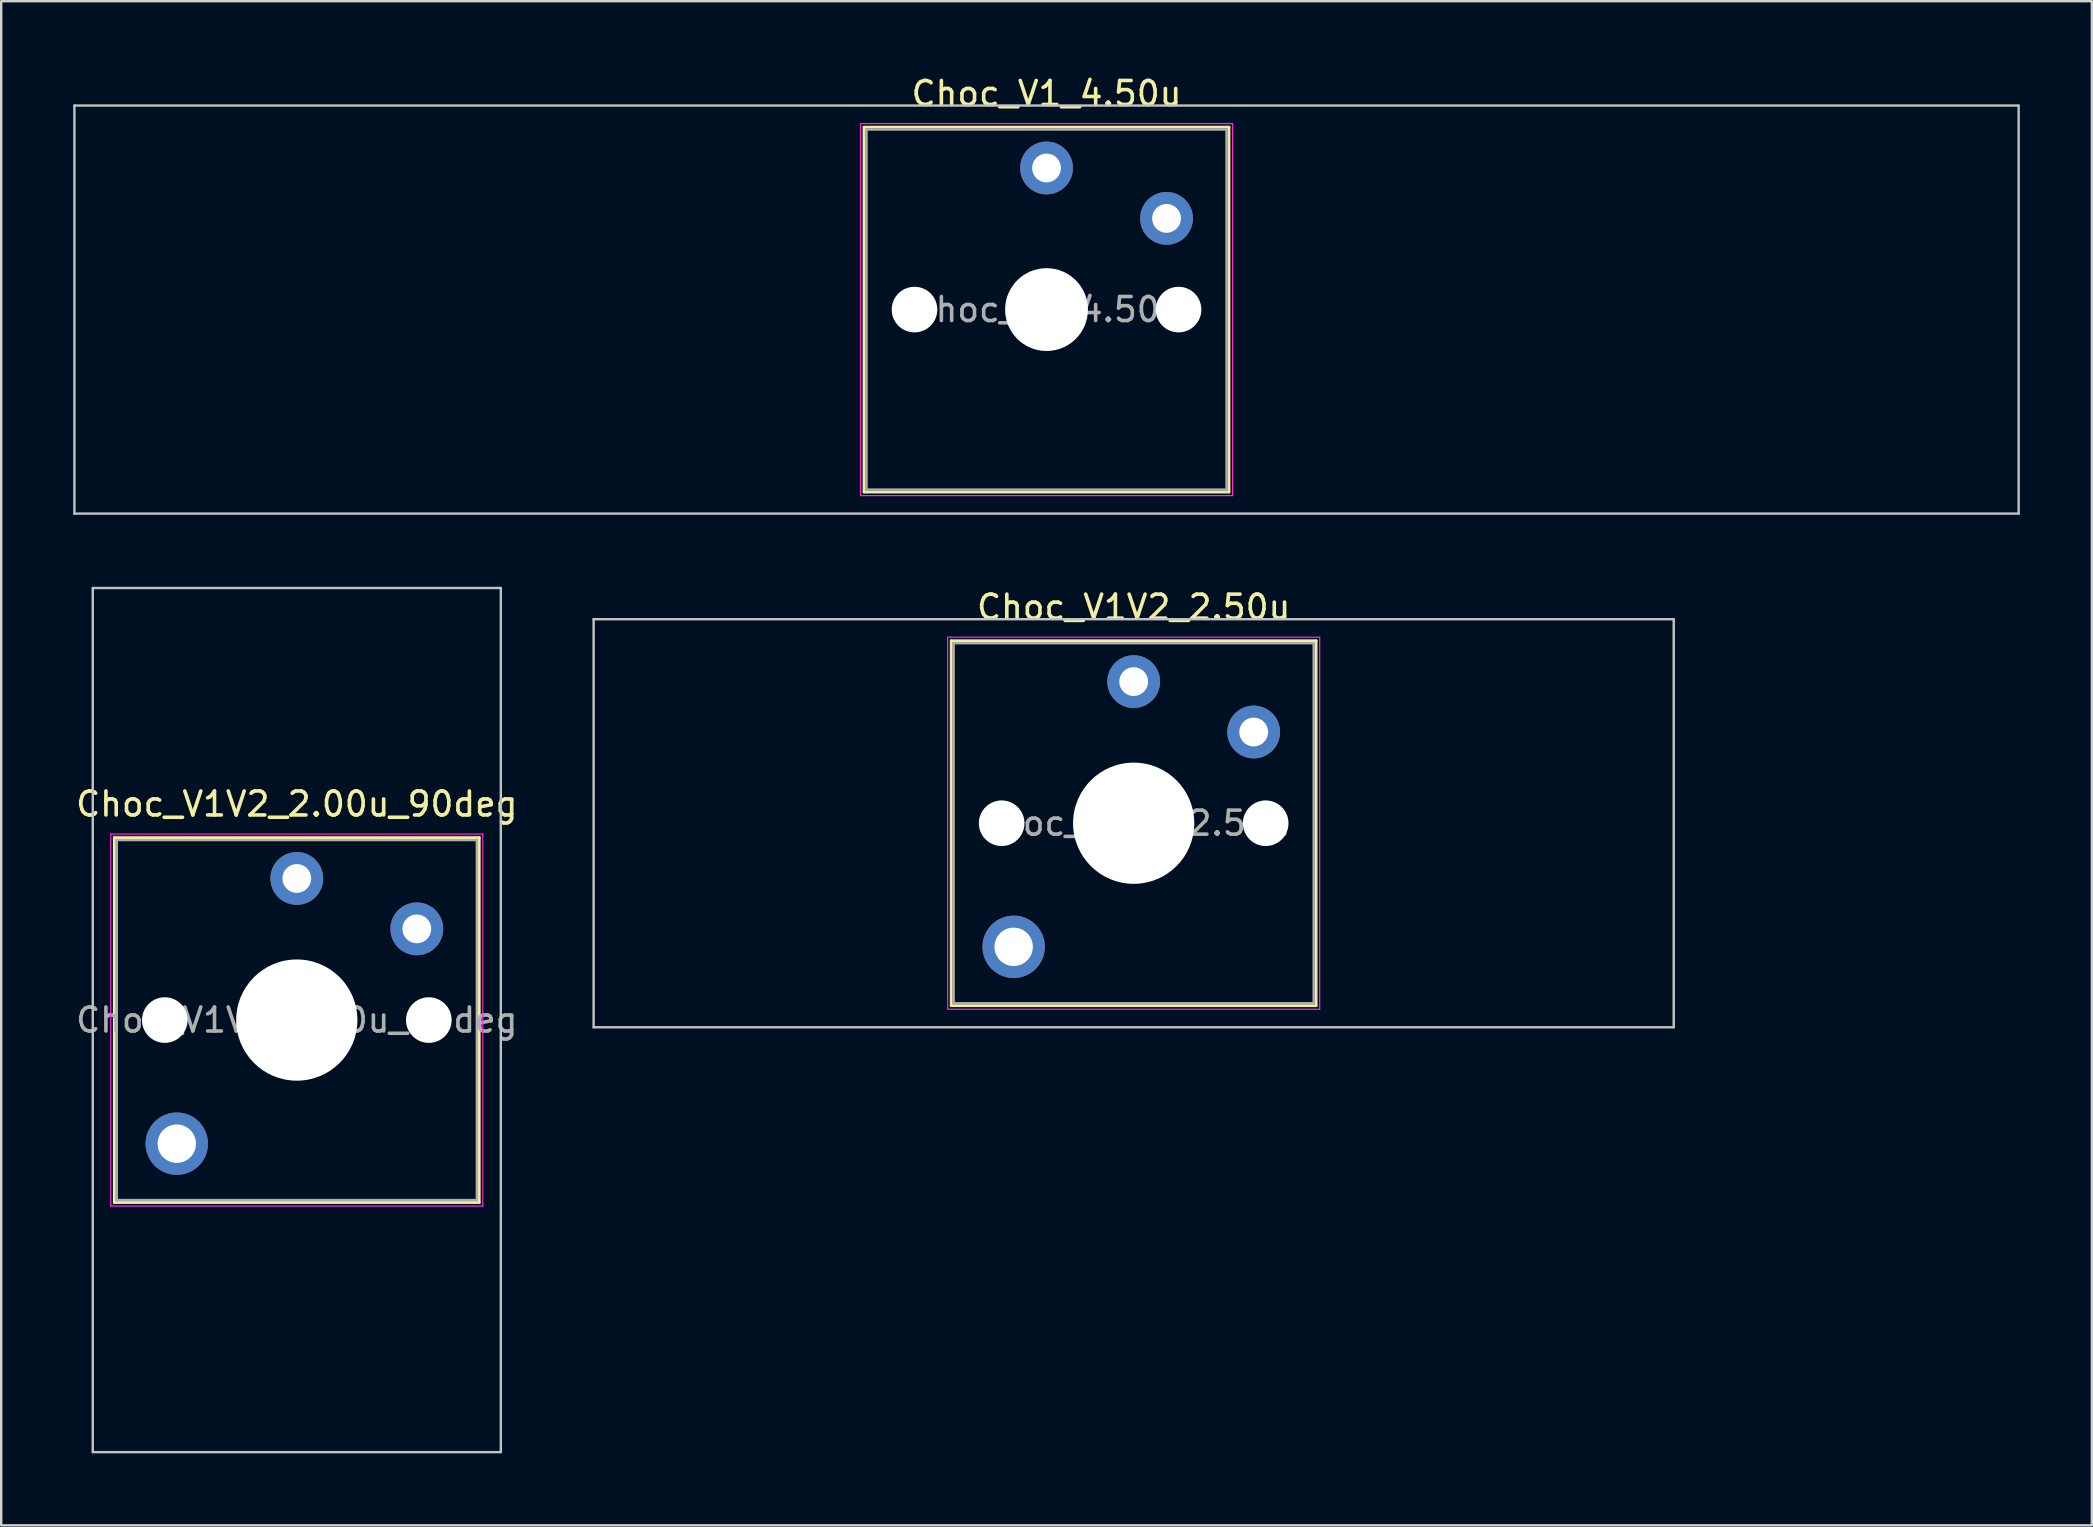
<source format=kicad_pcb>
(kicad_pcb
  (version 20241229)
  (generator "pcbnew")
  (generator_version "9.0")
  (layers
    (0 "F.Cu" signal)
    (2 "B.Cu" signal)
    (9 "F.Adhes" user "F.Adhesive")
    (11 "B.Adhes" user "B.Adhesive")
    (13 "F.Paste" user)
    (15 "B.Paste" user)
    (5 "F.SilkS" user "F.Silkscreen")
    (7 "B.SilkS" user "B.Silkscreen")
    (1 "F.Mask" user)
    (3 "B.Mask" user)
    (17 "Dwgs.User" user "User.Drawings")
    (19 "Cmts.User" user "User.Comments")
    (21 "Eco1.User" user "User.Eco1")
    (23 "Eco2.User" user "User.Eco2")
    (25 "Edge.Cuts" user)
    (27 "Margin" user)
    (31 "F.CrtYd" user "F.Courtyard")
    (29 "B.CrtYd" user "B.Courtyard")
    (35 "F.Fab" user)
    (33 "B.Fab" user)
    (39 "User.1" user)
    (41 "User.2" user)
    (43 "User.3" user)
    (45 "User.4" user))
  (footprint "Choc_V1_4.50u"
    (layer "F.Cu")
    (at 40.55 9.848)
    (property "Reference" "Choc_V1_4.50u" (at 0 -9 0) (layer "F.SilkS") (effects (font (size 1 1) (thickness 0.15))))
    (attr through_hole)
    (fp_line (start -7.6 -7.6) (end -7.6 7.6) (stroke (width 0.12) (type solid)) (layer "F.SilkS"))
    (fp_line (start -7.6 7.6) (end 7.6 7.6) (stroke (width 0.12) (type solid)) (layer "F.SilkS"))
    (fp_line (start 7.6 -7.6) (end -7.6 -7.6) (stroke (width 0.12) (type solid)) (layer "F.SilkS"))
    (fp_line (start 7.6 7.6) (end 7.6 -7.6) (stroke (width 0.12) (type solid)) (layer "F.SilkS"))
    (fp_line (start -40.5 -8.5) (end -40.5 8.5) (stroke (width 0.1) (type solid)) (layer "Dwgs.User"))
    (fp_line (start -40.5 8.5) (end 40.5 8.5) (stroke (width 0.1) (type solid)) (layer "Dwgs.User"))
    (fp_line (start 40.5 -8.5) (end -40.5 -8.5) (stroke (width 0.1) (type solid)) (layer "Dwgs.User"))
    (fp_line (start 40.5 8.5) (end 40.5 -8.5) (stroke (width 0.1) (type solid)) (layer "Dwgs.User"))
    (fp_line (start -7.25 -7.25) (end -7.25 7.25) (stroke (width 0.1) (type solid)) (layer "Eco1.User"))
    (fp_line (start -7.25 7.25) (end 7.25 7.25) (stroke (width 0.1) (type solid)) (layer "Eco1.User"))
    (fp_line (start 7.25 -7.25) (end -7.25 -7.25) (stroke (width 0.1) (type solid)) (layer "Eco1.User"))
    (fp_line (start 7.25 7.25) (end 7.25 -7.25) (stroke (width 0.1) (type solid)) (layer "Eco1.User"))
    (fp_line (start -7.75 -7.75) (end -7.75 7.75) (stroke (width 0.05) (type solid)) (layer "F.CrtYd"))
    (fp_line (start -7.75 7.75) (end 7.75 7.75) (stroke (width 0.05) (type solid)) (layer "F.CrtYd"))
    (fp_line (start 7.75 -7.75) (end -7.75 -7.75) (stroke (width 0.05) (type solid)) (layer "F.CrtYd"))
    (fp_line (start 7.75 7.75) (end 7.75 -7.75) (stroke (width 0.05) (type solid)) (layer "F.CrtYd"))
    (fp_line (start -7.5 -7.5) (end -7.5 7.5) (stroke (width 0.1) (type solid)) (layer "F.Fab"))
    (fp_line (start -7.5 7.5) (end 7.5 7.5) (stroke (width 0.1) (type solid)) (layer "F.Fab"))
    (fp_line (start 7.5 -7.5) (end -7.5 -7.5) (stroke (width 0.1) (type solid)) (layer "F.Fab"))
    (fp_line (start 7.5 7.5) (end 7.5 -7.5) (stroke (width 0.1) (type solid)) (layer "F.Fab"))
    (fp_text user "${REFERENCE}" (at 0 0 0) (layer "F.Fab") (effects (font (size 1 1) (thickness 0.15))))
    (pad "" np_thru_hole circle (at -5.5 0) (size 1.9 1.9) (drill 1.9) (layers "*.Cu" "*.Mask"))
    (pad "" np_thru_hole circle (at 0 0) (size 3.45 3.45) (drill 3.45) (layers "*.Cu" "*.Mask"))
    (pad "" np_thru_hole circle (at 5.5 0) (size 1.9 1.9) (drill 1.9) (layers "*.Cu" "*.Mask"))
    (pad "1" thru_hole circle (at 0 -5.9) (size 2.2 2.2) (drill 1.2) (layers "*.Cu" "*.Mask"))
    (pad "2" thru_hole circle (at 5 -3.8) (size 2.2 2.2) (drill 1.2) (layers "*.Cu" "*.Mask")))
  (footprint "Choc_V1V2_2.50u"
    (layer "F.Cu")
    (at 44.181 31.247)
    (property "Reference" "Choc_V1V2_2.50u" (at 0 -9 0) (layer "F.SilkS") (effects (font (size 1 1) (thickness 0.15))))
    (attr through_hole)
    (fp_line (start -7.6 -7.6) (end -7.6 7.6) (stroke (width 0.12) (type solid)) (layer "F.SilkS"))
    (fp_line (start -7.6 7.6) (end 7.6 7.6) (stroke (width 0.12) (type solid)) (layer "F.SilkS"))
    (fp_line (start 7.6 -7.6) (end -7.6 -7.6) (stroke (width 0.12) (type solid)) (layer "F.SilkS"))
    (fp_line (start 7.6 7.6) (end 7.6 -7.6) (stroke (width 0.12) (type solid)) (layer "F.SilkS"))
    (fp_line (start -22.5 -8.5) (end -22.5 8.5) (stroke (width 0.1) (type solid)) (layer "Dwgs.User"))
    (fp_line (start -22.5 8.5) (end 22.5 8.5) (stroke (width 0.1) (type solid)) (layer "Dwgs.User"))
    (fp_line (start 22.5 -8.5) (end -22.5 -8.5) (stroke (width 0.1) (type solid)) (layer "Dwgs.User"))
    (fp_line (start 22.5 8.5) (end 22.5 -8.5) (stroke (width 0.1) (type solid)) (layer "Dwgs.User"))
    (fp_line (start -7.25 -7.25) (end -7.25 7.25) (stroke (width 0.1) (type solid)) (layer "Eco1.User"))
    (fp_line (start -7.25 7.25) (end 7.25 7.25) (stroke (width 0.1) (type solid)) (layer "Eco1.User"))
    (fp_line (start 7.25 -7.25) (end -7.25 -7.25) (stroke (width 0.1) (type solid)) (layer "Eco1.User"))
    (fp_line (start 7.25 7.25) (end 7.25 -7.25) (stroke (width 0.1) (type solid)) (layer "Eco1.User"))
    (fp_line (start -7.75 -7.75) (end -7.75 7.75) (stroke (width 0.05) (type solid)) (layer "F.CrtYd"))
    (fp_line (start -7.75 7.75) (end 7.75 7.75) (stroke (width 0.05) (type solid)) (layer "F.CrtYd"))
    (fp_line (start 7.75 -7.75) (end -7.75 -7.75) (stroke (width 0.05) (type solid)) (layer "F.CrtYd"))
    (fp_line (start 7.75 7.75) (end 7.75 -7.75) (stroke (width 0.05) (type solid)) (layer "F.CrtYd"))
    (fp_line (start -7.5 -7.5) (end -7.5 7.5) (stroke (width 0.1) (type solid)) (layer "F.Fab"))
    (fp_line (start -7.5 7.5) (end 7.5 7.5) (stroke (width 0.1) (type solid)) (layer "F.Fab"))
    (fp_line (start 7.5 -7.5) (end -7.5 -7.5) (stroke (width 0.1) (type solid)) (layer "F.Fab"))
    (fp_line (start 7.5 7.5) (end 7.5 -7.5) (stroke (width 0.1) (type solid)) (layer "F.Fab"))
    (fp_text user "${REFERENCE}" (at 0 0 0) (layer "F.Fab") (effects (font (size 1 1) (thickness 0.15))))
    (pad "" np_thru_hole circle (at -5.5 0) (size 1.9 1.9) (drill 1.9) (layers "*.Cu" "*.Mask"))
    (pad "" thru_hole circle (at -5 5.15) (size 2.6 2.6) (drill 1.6) (layers "*.Cu" "*.Mask"))
    (pad "" np_thru_hole circle (at 0 0) (size 5.05 5.05) (drill 5.05) (layers "*.Cu" "*.Mask"))
    (pad "" np_thru_hole circle (at 5.5 0) (size 1.9 1.9) (drill 1.9) (layers "*.Cu" "*.Mask"))
    (pad "1" thru_hole circle (at 0 -5.9) (size 2.2 2.2) (drill 1.2) (layers "*.Cu" "*.Mask"))
    (pad "2" thru_hole circle (at 5 -3.8) (size 2.2 2.2) (drill 1.2) (layers "*.Cu" "*.Mask")))
  (footprint "Choc_V1V2_2.00u_90deg"
    (layer "F.Cu")
    (at 9.315 39.448)
    (property "Reference" "Choc_V1V2_2.00u_90deg" (at 0 -9 0) (layer "F.SilkS") (effects (font (size 1 1) (thickness 0.15))))
    (attr through_hole)
    (fp_line (start -7.6 -7.6) (end -7.6 7.6) (stroke (width 0.12) (type solid)) (layer "F.SilkS"))
    (fp_line (start -7.6 7.6) (end 7.6 7.6) (stroke (width 0.12) (type solid)) (layer "F.SilkS"))
    (fp_line (start 7.6 -7.6) (end -7.6 -7.6) (stroke (width 0.12) (type solid)) (layer "F.SilkS"))
    (fp_line (start 7.6 7.6) (end 7.6 -7.6) (stroke (width 0.12) (type solid)) (layer "F.SilkS"))
    (fp_line (start -8.5 -18) (end 8.5 -18) (stroke (width 0.1) (type solid)) (layer "Dwgs.User"))
    (fp_line (start -8.5 18) (end -8.5 -18) (stroke (width 0.1) (type solid)) (layer "Dwgs.User"))
    (fp_line (start 8.5 -18) (end 8.5 18) (stroke (width 0.1) (type solid)) (layer "Dwgs.User"))
    (fp_line (start 8.5 18) (end -8.5 18) (stroke (width 0.1) (type solid)) (layer "Dwgs.User"))
    (fp_line (start -7.25 -7.25) (end -7.25 7.25) (stroke (width 0.1) (type solid)) (layer "Eco1.User"))
    (fp_line (start -7.25 7.25) (end 7.25 7.25) (stroke (width 0.1) (type solid)) (layer "Eco1.User"))
    (fp_line (start 7.25 -7.25) (end -7.25 -7.25) (stroke (width 0.1) (type solid)) (layer "Eco1.User"))
    (fp_line (start 7.25 7.25) (end 7.25 -7.25) (stroke (width 0.1) (type solid)) (layer "Eco1.User"))
    (fp_line (start -7.75 -7.75) (end -7.75 7.75) (stroke (width 0.05) (type solid)) (layer "F.CrtYd"))
    (fp_line (start -7.75 7.75) (end 7.75 7.75) (stroke (width 0.05) (type solid)) (layer "F.CrtYd"))
    (fp_line (start 7.75 -7.75) (end -7.75 -7.75) (stroke (width 0.05) (type solid)) (layer "F.CrtYd"))
    (fp_line (start 7.75 7.75) (end 7.75 -7.75) (stroke (width 0.05) (type solid)) (layer "F.CrtYd"))
    (fp_line (start -7.5 -7.5) (end -7.5 7.5) (stroke (width 0.1) (type solid)) (layer "F.Fab"))
    (fp_line (start -7.5 7.5) (end 7.5 7.5) (stroke (width 0.1) (type solid)) (layer "F.Fab"))
    (fp_line (start 7.5 -7.5) (end -7.5 -7.5) (stroke (width 0.1) (type solid)) (layer "F.Fab"))
    (fp_line (start 7.5 7.5) (end 7.5 -7.5) (stroke (width 0.1) (type solid)) (layer "F.Fab"))
    (fp_text user "${REFERENCE}" (at 0 0 0) (layer "F.Fab") (effects (font (size 1 1) (thickness 0.15))))
    (pad "" np_thru_hole circle (at -5.5 0) (size 1.9 1.9) (drill 1.9) (layers "*.Cu" "*.Mask"))
    (pad "" thru_hole circle (at -5 5.15) (size 2.6 2.6) (drill 1.6) (layers "*.Cu" "*.Mask"))
    (pad "" np_thru_hole circle (at 0 0) (size 5.05 5.05) (drill 5.05) (layers "*.Cu" "*.Mask"))
    (pad "" np_thru_hole circle (at 5.5 0) (size 1.9 1.9) (drill 1.9) (layers "*.Cu" "*.Mask"))
    (pad "1" thru_hole circle (at 0 -5.9) (size 2.2 2.2) (drill 1.2) (layers "*.Cu" "*.Mask"))
    (pad "2" thru_hole circle (at 5 -3.8) (size 2.2 2.2) (drill 1.2) (layers "*.Cu" "*.Mask")))
  (gr_rect
    (start -3 -3)
    (end 84.1 60.498)
    (stroke (width 0.1) (type default))
    (fill no)
    (layer "Edge.Cuts")))
</source>
